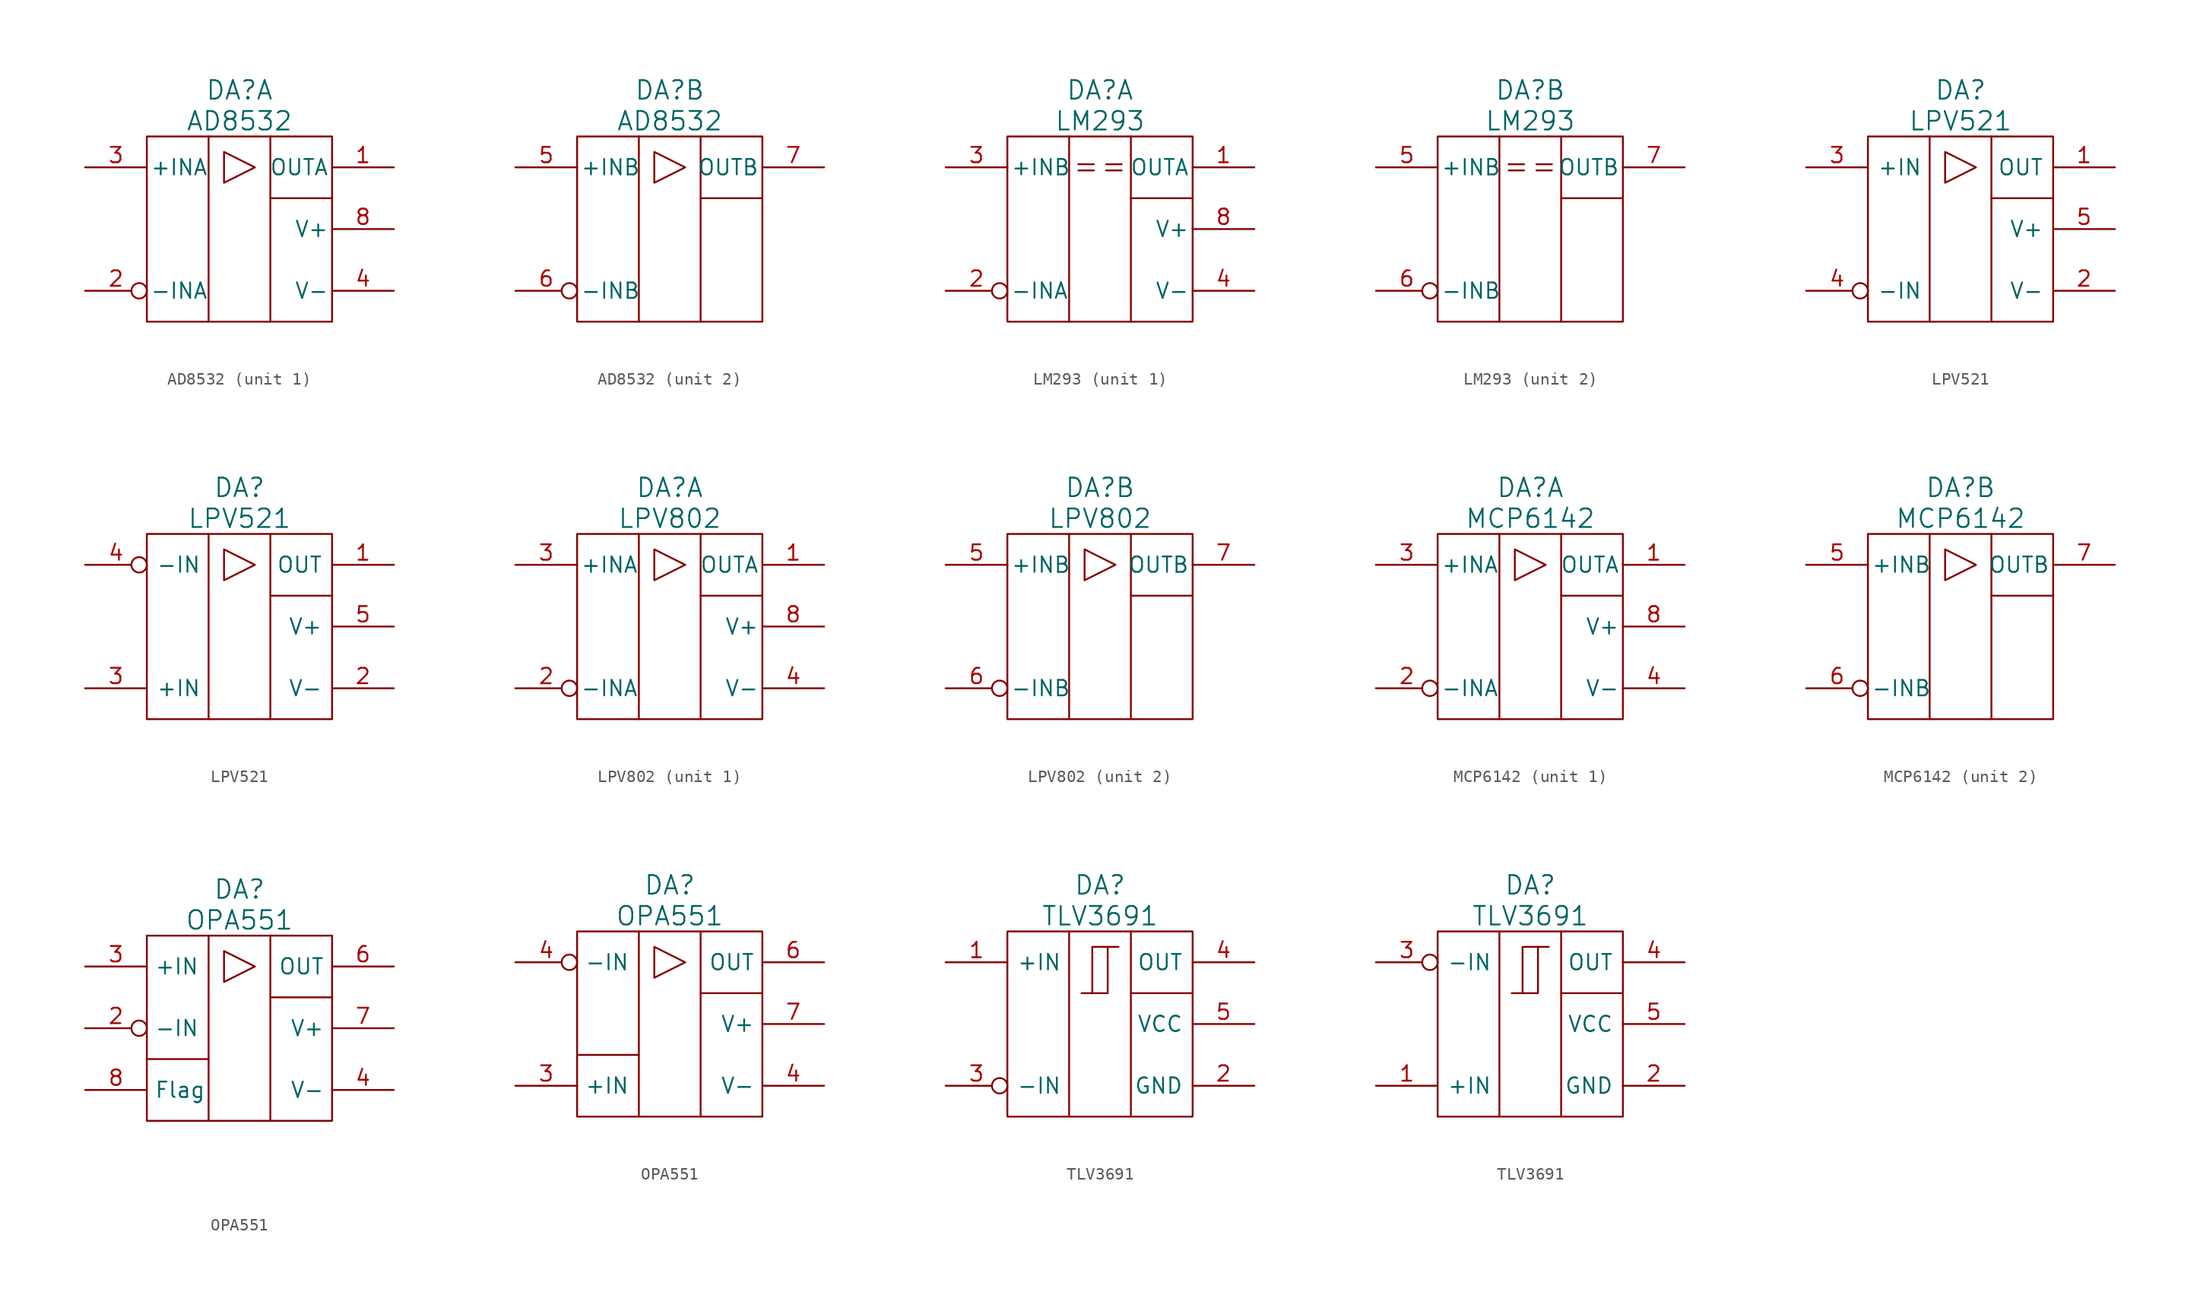
<source format=kicad_sym>
(kicad_symbol_lib
  (version 20220914)
  (generator kicad_symbol_editor)
  (symbol "AD8532"
    (pin_names
      (offset 0.254))
    (property "Reference" "DA"
      (at 0 11.43 0)
      (effects (font (size 1.524 1.524))))
    (property "Value" "AD8532"
      (at 0 8.89 0)
      (effects (font (size 1.524 1.524))))
    (property "Datasheet" ""
      (at 0 -8.89 0)
      (effects (font (size 1.524 1.524))))
    (symbol "AD8532_0_0"
      (rectangle (start -7.62 7.62) (end 7.62 -7.62) (stroke (width 0) (type solid)) (fill (type none)))
      (polyline (pts (xy 2.54 2.54) (xy 7.62 2.54)) (stroke (width 0) (type solid)) (fill (type none)))
      (polyline (pts (xy -2.54 7.62) (xy -2.54 -6.35) (xy -2.54 -7.62)) (stroke (width 0) (type solid)) (fill (type none)))
      (polyline (pts (xy -1.27 6.35) (xy -1.27 3.81) (xy 1.27 5.08) (xy -1.27 6.35)) (stroke (width 0) (type solid)) (fill (type none)))
      (polyline (pts (xy 2.54 -7.62) (xy 2.54 7.62) (xy 2.54 7.62) (xy 2.54 7.62)) (stroke (width 0) (type solid)) (fill (type none))))
    (symbol "AD8532_1_0"
      (pin output line (at 12.7 5.08 180) (length 5.08) (name "OUTA" (effects (font (size 1.27 1.27)))) (number "1" (effects (font (size 1.27 1.27)))))
      (pin power_in line (at 12.7 -5.08 180) (length 5.08) (name "V-" (effects (font (size 1.27 1.27)))) (number "4" (effects (font (size 1.27 1.27)))))
      (pin power_in line (at 12.7 0 180) (length 5.08) (name "V+" (effects (font (size 1.27 1.27)))) (number "8" (effects (font (size 1.27 1.27))))))
    (symbol "AD8532_1_1"
      (pin input inverted (at -12.7 -5.08 0) (length 5.08) (name "-INA" (effects (font (size 1.27 1.27)))) (number "2" (effects (font (size 1.27 1.27)))))
      (pin input line (at -12.7 5.08 0) (length 5.08) (name "+INA" (effects (font (size 1.27 1.27)))) (number "3" (effects (font (size 1.27 1.27))))))
    (symbol "AD8532_2_0"
      (pin input line (at -12.7 5.08 0) (length 5.08) (name "+INB" (effects (font (size 1.27 1.27)))) (number "5" (effects (font (size 1.27 1.27)))))
      (pin input inverted (at -12.7 -5.08 0) (length 5.08) (name "-INB" (effects (font (size 1.27 1.27)))) (number "6" (effects (font (size 1.27 1.27)))))
      (pin output line (at 12.7 5.08 180) (length 5.08) (name "OUTB" (effects (font (size 1.27 1.27)))) (number "7" (effects (font (size 1.27 1.27)))))))
  (symbol "LM293"
    (pin_names
      (offset 0.254))
    (property "Reference" "DA"
      (at 0 11.43 0)
      (effects (font (size 1.524 1.524))))
    (property "Value" "LM293"
      (at 0 8.89 0)
      (effects (font (size 1.524 1.524))))
    (property "Datasheet" ""
      (at 0 -8.89 0)
      (effects (font (size 1.524 1.524))))
    (symbol "LM293_0_0"
      (rectangle (start -7.62 7.62) (end 7.62 -7.62) (stroke (width 0) (type solid)) (fill (type none)))
      (polyline (pts (xy 2.54 2.54) (xy 7.62 2.54)) (stroke (width 0) (type solid)) (fill (type none)))
      (polyline (pts (xy -2.54 7.62) (xy -2.54 -6.35) (xy -2.54 -7.62)) (stroke (width 0) (type solid)) (fill (type none)))
      (polyline (pts (xy 2.54 -7.62) (xy 2.54 7.62) (xy 2.54 7.62) (xy 2.54 7.62)) (stroke (width 0) (type solid)) (fill (type none))))
    (symbol "LM293_0_1"
      (polyline (pts (xy -1.778 4.826) (xy -0.508 4.826)) (stroke (width 0) (type solid)) (fill (type none)))
      (polyline (pts (xy -0.508 5.334) (xy -1.778 5.334)) (stroke (width 0) (type solid)) (fill (type none)))
      (polyline (pts (xy 0.508 4.826) (xy 1.778 4.826)) (stroke (width 0) (type solid)) (fill (type none)))
      (polyline (pts (xy 1.778 5.334) (xy 0.508 5.334)) (stroke (width 0) (type solid)) (fill (type none))))
    (symbol "LM293_1_0"
      (pin open_collector line (at 12.7 5.08 180) (length 5.08) (name "OUTA" (effects (font (size 1.27 1.27)))) (number "1" (effects (font (size 1.27 1.27)))))
      (pin power_in line (at 12.7 -5.08 180) (length 5.08) (name "V-" (effects (font (size 1.27 1.27)))) (number "4" (effects (font (size 1.27 1.27)))))
      (pin power_in line (at 12.7 0 180) (length 5.08) (name "V+" (effects (font (size 1.27 1.27)))) (number "8" (effects (font (size 1.27 1.27))))))
    (symbol "LM293_1_1"
      (pin input inverted (at -12.7 -5.08 0) (length 5.08) (name "-INA" (effects (font (size 1.27 1.27)))) (number "2" (effects (font (size 1.27 1.27)))))
      (pin input line (at -12.7 5.08 0) (length 5.08) (name "+INB" (effects (font (size 1.27 1.27)))) (number "3" (effects (font (size 1.27 1.27))))))
    (symbol "LM293_2_0"
      (pin input line (at -12.7 5.08 0) (length 5.08) (name "+INB" (effects (font (size 1.27 1.27)))) (number "5" (effects (font (size 1.27 1.27)))))
      (pin input inverted (at -12.7 -5.08 0) (length 5.08) (name "-INB" (effects (font (size 1.27 1.27)))) (number "6" (effects (font (size 1.27 1.27)))))
      (pin open_collector line (at 12.7 5.08 180) (length 5.08) (name "OUTB" (effects (font (size 1.27 1.27)))) (number "7" (effects (font (size 1.27 1.27)))))))
  (symbol "LPV521"
    (pin_names
      (offset 0.762))
    (property "Reference" "DA"
      (at 0 11.43 0)
      (effects (font (size 1.524 1.524))))
    (property "Value" "LPV521"
      (at 0 8.89 0)
      (effects (font (size 1.524 1.524))))
    (property "Datasheet" ""
      (at 0 -8.89 0)
      (effects (font (size 1.524 1.524))))
    (symbol "LPV521_0_0"
      (rectangle (start -7.62 7.62) (end 7.62 -7.62) (stroke (width 0) (type solid)) (fill (type none)))
      (polyline (pts (xy 2.54 2.54) (xy 7.62 2.54)) (stroke (width 0) (type solid)) (fill (type none)))
      (polyline (pts (xy -2.54 7.62) (xy -2.54 -6.35) (xy -2.54 -7.62)) (stroke (width 0) (type solid)) (fill (type none)))
      (polyline (pts (xy -1.27 6.35) (xy -1.27 3.81) (xy 1.27 5.08) (xy -1.27 6.35)) (stroke (width 0) (type solid)) (fill (type none)))
      (polyline (pts (xy 2.54 -7.62) (xy 2.54 7.62) (xy 2.54 7.62) (xy 2.54 7.62)) (stroke (width 0) (type solid)) (fill (type none))))
    (symbol "LPV521_1_0"
      (pin output line (at 12.7 5.08 180) (length 5.08) (name "OUT" (effects (font (size 1.27 1.27)))) (number "1" (effects (font (size 1.27 1.27)))))
      (pin power_in line (at 12.7 -5.08 180) (length 5.08) (name "V-" (effects (font (size 1.27 1.27)))) (number "2" (effects (font (size 1.27 1.27)))))
      (pin power_in line (at 12.7 0 180) (length 5.08) (name "V+" (effects (font (size 1.27 1.27)))) (number "5" (effects (font (size 1.27 1.27))))))
    (symbol "LPV521_1_1"
      (pin input line (at -12.7 5.08 0) (length 5.08) (name "+IN" (effects (font (size 1.27 1.27)))) (number "3" (effects (font (size 1.27 1.27)))))
      (pin input inverted (at -12.7 -5.08 0) (length 5.08) (name "-IN" (effects (font (size 1.27 1.27)))) (number "4" (effects (font (size 1.27 1.27))))))
    (symbol "LPV521_1_2"
      (pin input line (at -12.7 -5.08 0) (length 5.08) (name "+IN" (effects (font (size 1.27 1.27)))) (number "3" (effects (font (size 1.27 1.27)))))
      (pin input inverted (at -12.7 5.08 0) (length 5.08) (name "-IN" (effects (font (size 1.27 1.27)))) (number "4" (effects (font (size 1.27 1.27)))))))
  (symbol "LPV802"
    (pin_names
      (offset 0.254))
    (property "Reference" "DA"
      (at 0 11.43 0)
      (effects (font (size 1.524 1.524))))
    (property "Value" "LPV802"
      (at 0 8.89 0)
      (effects (font (size 1.524 1.524))))
    (property "Datasheet" ""
      (at 0 -8.89 0)
      (effects (font (size 1.524 1.524))))
    (symbol "LPV802_0_0"
      (rectangle (start -7.62 7.62) (end 7.62 -7.62) (stroke (width 0) (type solid)) (fill (type none)))
      (polyline (pts (xy 2.54 2.54) (xy 7.62 2.54)) (stroke (width 0) (type solid)) (fill (type none)))
      (polyline (pts (xy -2.54 7.62) (xy -2.54 -6.35) (xy -2.54 -7.62)) (stroke (width 0) (type solid)) (fill (type none)))
      (polyline (pts (xy -1.27 6.35) (xy -1.27 3.81) (xy 1.27 5.08) (xy -1.27 6.35)) (stroke (width 0) (type solid)) (fill (type none)))
      (polyline (pts (xy 2.54 -7.62) (xy 2.54 7.62) (xy 2.54 7.62) (xy 2.54 7.62)) (stroke (width 0) (type solid)) (fill (type none))))
    (symbol "LPV802_1_0"
      (pin output line (at 12.7 5.08 180) (length 5.08) (name "OUTA" (effects (font (size 1.27 1.27)))) (number "1" (effects (font (size 1.27 1.27)))))
      (pin power_in line (at 12.7 -5.08 180) (length 5.08) (name "V-" (effects (font (size 1.27 1.27)))) (number "4" (effects (font (size 1.27 1.27)))))
      (pin power_in line (at 12.7 0 180) (length 5.08) (name "V+" (effects (font (size 1.27 1.27)))) (number "8" (effects (font (size 1.27 1.27))))))
    (symbol "LPV802_1_1"
      (pin input inverted (at -12.7 -5.08 0) (length 5.08) (name "-INA" (effects (font (size 1.27 1.27)))) (number "2" (effects (font (size 1.27 1.27)))))
      (pin input line (at -12.7 5.08 0) (length 5.08) (name "+INA" (effects (font (size 1.27 1.27)))) (number "3" (effects (font (size 1.27 1.27))))))
    (symbol "LPV802_2_0"
      (pin input line (at -12.7 5.08 0) (length 5.08) (name "+INB" (effects (font (size 1.27 1.27)))) (number "5" (effects (font (size 1.27 1.27)))))
      (pin input inverted (at -12.7 -5.08 0) (length 5.08) (name "-INB" (effects (font (size 1.27 1.27)))) (number "6" (effects (font (size 1.27 1.27)))))
      (pin output line (at 12.7 5.08 180) (length 5.08) (name "OUTB" (effects (font (size 1.27 1.27)))) (number "7" (effects (font (size 1.27 1.27)))))))
  (symbol "MCP6142"
    (pin_names
      (offset 0.254))
    (property "Reference" "DA"
      (at 0 11.43 0)
      (effects (font (size 1.524 1.524))))
    (property "Value" "MCP6142"
      (at 0 8.89 0)
      (effects (font (size 1.524 1.524))))
    (property "Datasheet" ""
      (at 0 -8.89 0)
      (effects (font (size 1.524 1.524))))
    (symbol "MCP6142_0_0"
      (rectangle (start -7.62 7.62) (end 7.62 -7.62) (stroke (width 0) (type solid)) (fill (type none)))
      (polyline (pts (xy 2.54 2.54) (xy 7.62 2.54)) (stroke (width 0) (type solid)) (fill (type none)))
      (polyline (pts (xy -2.54 7.62) (xy -2.54 -6.35) (xy -2.54 -7.62)) (stroke (width 0) (type solid)) (fill (type none)))
      (polyline (pts (xy -1.27 6.35) (xy -1.27 3.81) (xy 1.27 5.08) (xy -1.27 6.35)) (stroke (width 0) (type solid)) (fill (type none)))
      (polyline (pts (xy 2.54 -7.62) (xy 2.54 7.62) (xy 2.54 7.62) (xy 2.54 7.62)) (stroke (width 0) (type solid)) (fill (type none))))
    (symbol "MCP6142_1_0"
      (pin output line (at 12.7 5.08 180) (length 5.08) (name "OUTA" (effects (font (size 1.27 1.27)))) (number "1" (effects (font (size 1.27 1.27)))))
      (pin power_in line (at 12.7 -5.08 180) (length 5.08) (name "V-" (effects (font (size 1.27 1.27)))) (number "4" (effects (font (size 1.27 1.27)))))
      (pin power_in line (at 12.7 0 180) (length 5.08) (name "V+" (effects (font (size 1.27 1.27)))) (number "8" (effects (font (size 1.27 1.27))))))
    (symbol "MCP6142_1_1"
      (pin input inverted (at -12.7 -5.08 0) (length 5.08) (name "-INA" (effects (font (size 1.27 1.27)))) (number "2" (effects (font (size 1.27 1.27)))))
      (pin input line (at -12.7 5.08 0) (length 5.08) (name "+INA" (effects (font (size 1.27 1.27)))) (number "3" (effects (font (size 1.27 1.27))))))
    (symbol "MCP6142_2_0"
      (pin input line (at -12.7 5.08 0) (length 5.08) (name "+INB" (effects (font (size 1.27 1.27)))) (number "5" (effects (font (size 1.27 1.27)))))
      (pin input inverted (at -12.7 -5.08 0) (length 5.08) (name "-INB" (effects (font (size 1.27 1.27)))) (number "6" (effects (font (size 1.27 1.27)))))
      (pin output line (at 12.7 5.08 180) (length 5.08) (name "OUTB" (effects (font (size 1.27 1.27)))) (number "7" (effects (font (size 1.27 1.27)))))))
  (symbol "OPA551"
    (pin_names
      (offset 0.61))
    (property "Reference" "DA"
      (at 0 11.43 0)
      (effects (font (size 1.524 1.524))))
    (property "Value" "OPA551"
      (at 0 8.89 0)
      (effects (font (size 1.524 1.524))))
    (property "Datasheet" ""
      (at 0 -8.89 0)
      (effects (font (size 1.524 1.524))))
    (symbol "OPA551_0_0"
      (rectangle (start -7.62 7.62) (end 7.62 -7.62) (stroke (width 0) (type solid)) (fill (type none)))
      (polyline (pts (xy -7.62 -2.54) (xy -2.54 -2.54)) (stroke (width 0) (type solid)) (fill (type none)))
      (polyline (pts (xy 2.54 2.54) (xy 7.62 2.54)) (stroke (width 0) (type solid)) (fill (type none)))
      (polyline (pts (xy -2.54 7.62) (xy -2.54 -6.35) (xy -2.54 -7.62)) (stroke (width 0) (type solid)) (fill (type none)))
      (polyline (pts (xy -1.27 6.35) (xy -1.27 3.81) (xy 1.27 5.08) (xy -1.27 6.35)) (stroke (width 0) (type solid)) (fill (type none)))
      (polyline (pts (xy 2.54 -7.62) (xy 2.54 7.62) (xy 2.54 7.62) (xy 2.54 7.62)) (stroke (width 0) (type solid)) (fill (type none))))
    (symbol "OPA551_1_0"
      (pin power_in line (at 12.7 -5.08 180) (length 5.08) (name "V-" (effects (font (size 1.27 1.27)))) (number "4" (effects (font (size 1.27 1.27)))))
      (pin output line (at 12.7 5.08 180) (length 5.08) (name "OUT" (effects (font (size 1.27 1.27)))) (number "6" (effects (font (size 1.27 1.27)))))
      (pin power_in line (at 12.7 0 180) (length 5.08) (name "V+" (effects (font (size 1.27 1.27)))) (number "7" (effects (font (size 1.27 1.27))))))
    (symbol "OPA551_1_1"
      (pin no_connect line (at -1.27 -12.7 90) (length 5.08) hide (name "NC" (effects (font (size 1.27 1.27)))) (number "1" (effects (font (size 1.27 1.27)))))
      (pin input inverted (at -12.7 0 0) (length 5.08) (name "-IN" (effects (font (size 1.27 1.27)))) (number "2" (effects (font (size 1.27 1.27)))))
      (pin input line (at -12.7 5.08 0) (length 5.08) (name "+IN" (effects (font (size 1.27 1.27)))) (number "3" (effects (font (size 1.27 1.27)))))
      (pin no_connect line (at 1.27 -12.7 90) (length 5.08) hide (name "NC" (effects (font (size 1.27 1.27)))) (number "5" (effects (font (size 1.27 1.27)))))
      (pin passive line (at -12.7 -5.08 0) (length 5.08) (name "Flag" (effects (font (size 1.27 1.27)))) (number "8" (effects (font (size 1.27 1.27))))))
    (symbol "OPA551_1_2"
      (pin input line (at -12.7 -5.08 0) (length 5.08) (name "+IN" (effects (font (size 1.27 1.27)))) (number "3" (effects (font (size 1.27 1.27)))))
      (pin input inverted (at -12.7 5.08 0) (length 5.08) (name "-IN" (effects (font (size 1.27 1.27)))) (number "4" (effects (font (size 1.27 1.27)))))))
  (symbol "TLV3691"
    (pin_names
      (offset 0.762))
    (property "Reference" "DA"
      (at 0 11.43 0)
      (effects (font (size 1.524 1.524))))
    (property "Value" "TLV3691"
      (at 0 8.89 0)
      (effects (font (size 1.524 1.524))))
    (property "Datasheet" ""
      (at 0 -8.89 0)
      (effects (font (size 1.524 1.524))))
    (symbol "TLV3691_0_0"
      (rectangle (start -7.62 7.62) (end 7.62 -7.62) (stroke (width 0) (type solid)) (fill (type none)))
      (polyline (pts (xy 2.54 2.54) (xy 7.62 2.54)) (stroke (width 0) (type solid)) (fill (type none)))
      (polyline (pts (xy -2.54 7.62) (xy -2.54 -6.35) (xy -2.54 -7.62)) (stroke (width 0) (type solid)) (fill (type none)))
      (polyline (pts (xy -1.524 2.54) (xy 0.635 2.54) (xy 0.635 6.35)) (stroke (width 0) (type solid)) (fill (type none)))
      (polyline (pts (xy 1.524 6.35) (xy -0.635 6.35) (xy -0.635 2.54)) (stroke (width 0) (type solid)) (fill (type none)))
      (polyline (pts (xy 2.54 -7.62) (xy 2.54 7.62) (xy 2.54 7.62) (xy 2.54 7.62)) (stroke (width 0) (type solid)) (fill (type none))))
    (symbol "TLV3691_1_1"
      (pin input line (at -12.7 5.08 0) (length 5.08) (name "+IN" (effects (font (size 1.27 1.27)))) (number "1" (effects (font (size 1.27 1.27)))))
      (pin power_in line (at 12.7 -5.08 180) (length 5.08) (name "GND" (effects (font (size 1.27 1.27)))) (number "2" (effects (font (size 1.27 1.27)))))
      (pin input inverted (at -12.7 -5.08 0) (length 5.08) (name "-IN" (effects (font (size 1.27 1.27)))) (number "3" (effects (font (size 1.27 1.27)))))
      (pin input line (at 12.7 5.08 180) (length 5.08) (name "OUT" (effects (font (size 1.27 1.27)))) (number "4" (effects (font (size 1.27 1.27)))))
      (pin power_in line (at 12.7 0 180) (length 5.08) (name "VCC" (effects (font (size 1.27 1.27)))) (number "5" (effects (font (size 1.27 1.27))))))
    (symbol "TLV3691_1_2"
      (pin input line (at -12.7 -5.08 0) (length 5.08) (name "+IN" (effects (font (size 1.27 1.27)))) (number "1" (effects (font (size 1.27 1.27)))))
      (pin power_in line (at 12.7 -5.08 180) (length 5.08) (name "GND" (effects (font (size 1.27 1.27)))) (number "2" (effects (font (size 1.27 1.27)))))
      (pin input inverted (at -12.7 5.08 0) (length 5.08) (name "-IN" (effects (font (size 1.27 1.27)))) (number "3" (effects (font (size 1.27 1.27)))))
      (pin output line (at 12.7 5.08 180) (length 5.08) (name "OUT" (effects (font (size 1.27 1.27)))) (number "4" (effects (font (size 1.27 1.27)))))
      (pin power_in line (at 12.7 0 180) (length 5.08) (name "VCC" (effects (font (size 1.27 1.27)))) (number "5" (effects (font (size 1.27 1.27))))))))
</source>
